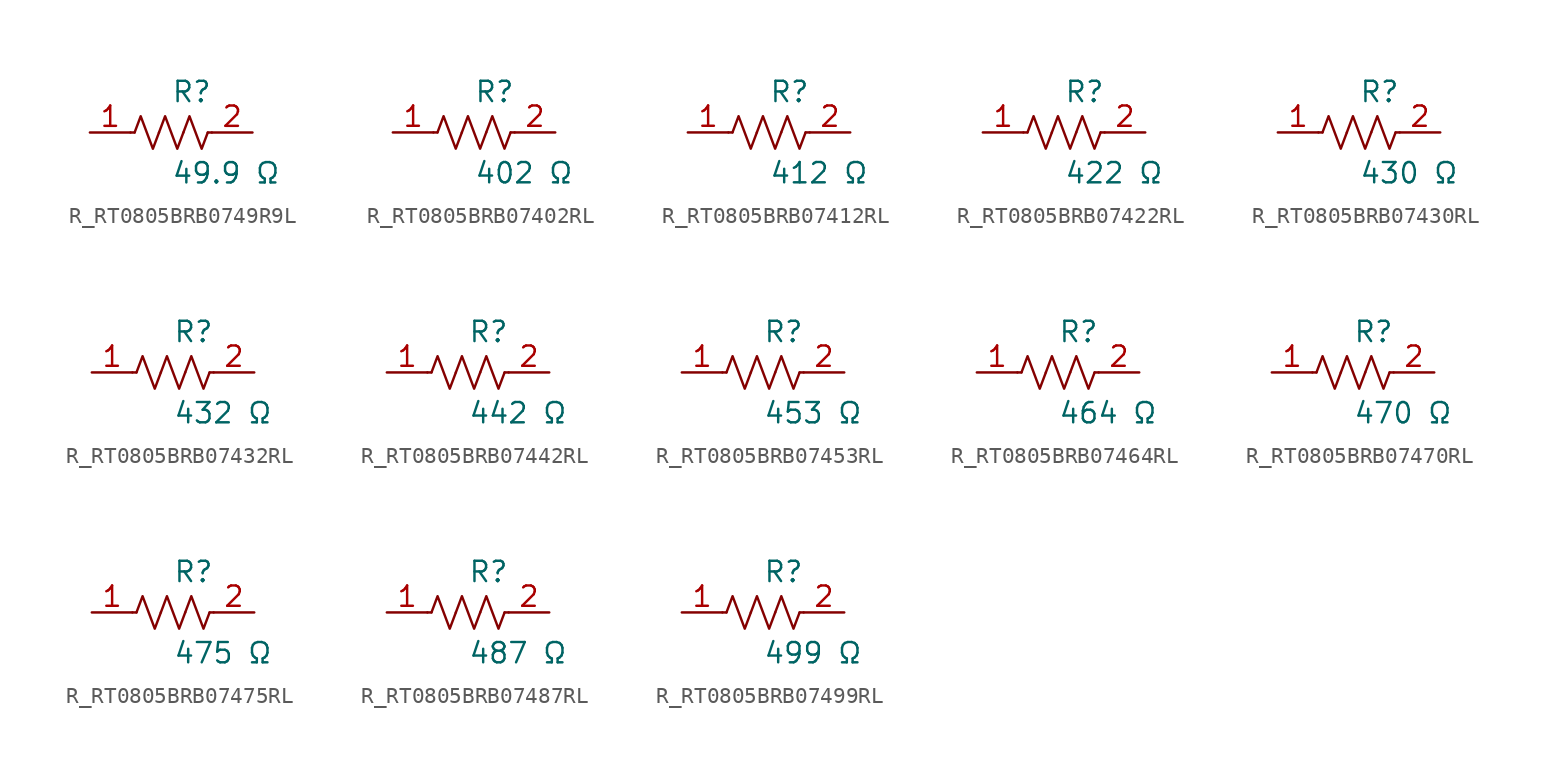
<source format=kicad_sym>
(kicad_symbol_lib
  (version 20231120)
  (generator kicad_symbol_editor)
  (generator_version 8.0)
  (symbol "R_RT0805BRB0749R9L"
    (pin_names
      (offset 0.254))
    (property "Reference" "R"
      (at 0.0 2.54 0)
      (effects (font (size 1.27 1.27)) (justify left)))
    (property "Value" "49.9 Ω"
      (at 0.0 -2.54 0)
      (effects (font (size 1.27 1.27)) (justify left)))
    (symbol "R_RT0805BRB0749R9L_0_1"
      (polyline (pts (xy 2.286 0) (xy 2.54 0)) (stroke (width 0) (type default)) (fill (type none)))
      (polyline (pts (xy -2.286 0) (xy -2.54 0)) (stroke (width 0) (type default)) (fill (type none)))
      (polyline (pts (xy 0.762 0) (xy 1.143 1.016) (xy 1.524 0) (xy 1.905 -1.016) (xy 2.286 0)) (stroke (width 0) (type default)) (fill (type none)))
      (polyline (pts (xy -0.762 0) (xy -0.381 1.016) (xy 0 0) (xy 0.381 -1.016) (xy 0.762 0)) (stroke (width 0) (type default)) (fill (type none)))
      (polyline (pts (xy -2.286 0) (xy -1.905 1.016) (xy -1.524 0) (xy -1.143 -1.016) (xy -0.762 0)) (stroke (width 0) (type default)) (fill (type none))))
    (pin unspecified line
      (at -5.08 0 0)
      (length 2.54)
      (name "" (effects (font (size 1.27 1.27))))
      (number "1" (effects (font (size 1.27 1.27)))))
    (pin unspecified line
      (at 5.08 0 180)
      (length 2.54)
      (name "" (effects (font (size 1.27 1.27))))
      (number "2" (effects (font (size 1.27 1.27))))))
  (symbol "R_RT0805BRB07402RL"
    (pin_names
      (offset 0.254))
    (property "Reference" "R"
      (at 0.0 2.54 0)
      (effects (font (size 1.27 1.27)) (justify left)))
    (property "Value" "402 Ω"
      (at 0.0 -2.54 0)
      (effects (font (size 1.27 1.27)) (justify left)))
    (symbol "R_RT0805BRB07402RL_0_1"
      (polyline (pts (xy 2.286 0) (xy 2.54 0)) (stroke (width 0) (type default)) (fill (type none)))
      (polyline (pts (xy -2.286 0) (xy -2.54 0)) (stroke (width 0) (type default)) (fill (type none)))
      (polyline (pts (xy 0.762 0) (xy 1.143 1.016) (xy 1.524 0) (xy 1.905 -1.016) (xy 2.286 0)) (stroke (width 0) (type default)) (fill (type none)))
      (polyline (pts (xy -0.762 0) (xy -0.381 1.016) (xy 0 0) (xy 0.381 -1.016) (xy 0.762 0)) (stroke (width 0) (type default)) (fill (type none)))
      (polyline (pts (xy -2.286 0) (xy -1.905 1.016) (xy -1.524 0) (xy -1.143 -1.016) (xy -0.762 0)) (stroke (width 0) (type default)) (fill (type none))))
    (pin unspecified line
      (at -5.08 0 0)
      (length 2.54)
      (name "" (effects (font (size 1.27 1.27))))
      (number "1" (effects (font (size 1.27 1.27)))))
    (pin unspecified line
      (at 5.08 0 180)
      (length 2.54)
      (name "" (effects (font (size 1.27 1.27))))
      (number "2" (effects (font (size 1.27 1.27))))))
  (symbol "R_RT0805BRB07412RL"
    (pin_names
      (offset 0.254))
    (property "Reference" "R"
      (at 0.0 2.54 0)
      (effects (font (size 1.27 1.27)) (justify left)))
    (property "Value" "412 Ω"
      (at 0.0 -2.54 0)
      (effects (font (size 1.27 1.27)) (justify left)))
    (symbol "R_RT0805BRB07412RL_0_1"
      (polyline (pts (xy 2.286 0) (xy 2.54 0)) (stroke (width 0) (type default)) (fill (type none)))
      (polyline (pts (xy -2.286 0) (xy -2.54 0)) (stroke (width 0) (type default)) (fill (type none)))
      (polyline (pts (xy 0.762 0) (xy 1.143 1.016) (xy 1.524 0) (xy 1.905 -1.016) (xy 2.286 0)) (stroke (width 0) (type default)) (fill (type none)))
      (polyline (pts (xy -0.762 0) (xy -0.381 1.016) (xy 0 0) (xy 0.381 -1.016) (xy 0.762 0)) (stroke (width 0) (type default)) (fill (type none)))
      (polyline (pts (xy -2.286 0) (xy -1.905 1.016) (xy -1.524 0) (xy -1.143 -1.016) (xy -0.762 0)) (stroke (width 0) (type default)) (fill (type none))))
    (pin unspecified line
      (at -5.08 0 0)
      (length 2.54)
      (name "" (effects (font (size 1.27 1.27))))
      (number "1" (effects (font (size 1.27 1.27)))))
    (pin unspecified line
      (at 5.08 0 180)
      (length 2.54)
      (name "" (effects (font (size 1.27 1.27))))
      (number "2" (effects (font (size 1.27 1.27))))))
  (symbol "R_RT0805BRB07422RL"
    (pin_names
      (offset 0.254))
    (property "Reference" "R"
      (at 0.0 2.54 0)
      (effects (font (size 1.27 1.27)) (justify left)))
    (property "Value" "422 Ω"
      (at 0.0 -2.54 0)
      (effects (font (size 1.27 1.27)) (justify left)))
    (symbol "R_RT0805BRB07422RL_0_1"
      (polyline (pts (xy 2.286 0) (xy 2.54 0)) (stroke (width 0) (type default)) (fill (type none)))
      (polyline (pts (xy -2.286 0) (xy -2.54 0)) (stroke (width 0) (type default)) (fill (type none)))
      (polyline (pts (xy 0.762 0) (xy 1.143 1.016) (xy 1.524 0) (xy 1.905 -1.016) (xy 2.286 0)) (stroke (width 0) (type default)) (fill (type none)))
      (polyline (pts (xy -0.762 0) (xy -0.381 1.016) (xy 0 0) (xy 0.381 -1.016) (xy 0.762 0)) (stroke (width 0) (type default)) (fill (type none)))
      (polyline (pts (xy -2.286 0) (xy -1.905 1.016) (xy -1.524 0) (xy -1.143 -1.016) (xy -0.762 0)) (stroke (width 0) (type default)) (fill (type none))))
    (pin unspecified line
      (at -5.08 0 0)
      (length 2.54)
      (name "" (effects (font (size 1.27 1.27))))
      (number "1" (effects (font (size 1.27 1.27)))))
    (pin unspecified line
      (at 5.08 0 180)
      (length 2.54)
      (name "" (effects (font (size 1.27 1.27))))
      (number "2" (effects (font (size 1.27 1.27))))))
  (symbol "R_RT0805BRB07430RL"
    (pin_names
      (offset 0.254))
    (property "Reference" "R"
      (at 0.0 2.54 0)
      (effects (font (size 1.27 1.27)) (justify left)))
    (property "Value" "430 Ω"
      (at 0.0 -2.54 0)
      (effects (font (size 1.27 1.27)) (justify left)))
    (symbol "R_RT0805BRB07430RL_0_1"
      (polyline (pts (xy 2.286 0) (xy 2.54 0)) (stroke (width 0) (type default)) (fill (type none)))
      (polyline (pts (xy -2.286 0) (xy -2.54 0)) (stroke (width 0) (type default)) (fill (type none)))
      (polyline (pts (xy 0.762 0) (xy 1.143 1.016) (xy 1.524 0) (xy 1.905 -1.016) (xy 2.286 0)) (stroke (width 0) (type default)) (fill (type none)))
      (polyline (pts (xy -0.762 0) (xy -0.381 1.016) (xy 0 0) (xy 0.381 -1.016) (xy 0.762 0)) (stroke (width 0) (type default)) (fill (type none)))
      (polyline (pts (xy -2.286 0) (xy -1.905 1.016) (xy -1.524 0) (xy -1.143 -1.016) (xy -0.762 0)) (stroke (width 0) (type default)) (fill (type none))))
    (pin unspecified line
      (at -5.08 0 0)
      (length 2.54)
      (name "" (effects (font (size 1.27 1.27))))
      (number "1" (effects (font (size 1.27 1.27)))))
    (pin unspecified line
      (at 5.08 0 180)
      (length 2.54)
      (name "" (effects (font (size 1.27 1.27))))
      (number "2" (effects (font (size 1.27 1.27))))))
  (symbol "R_RT0805BRB07432RL"
    (pin_names
      (offset 0.254))
    (property "Reference" "R"
      (at 0.0 2.54 0)
      (effects (font (size 1.27 1.27)) (justify left)))
    (property "Value" "432 Ω"
      (at 0.0 -2.54 0)
      (effects (font (size 1.27 1.27)) (justify left)))
    (symbol "R_RT0805BRB07432RL_0_1"
      (polyline (pts (xy 2.286 0) (xy 2.54 0)) (stroke (width 0) (type default)) (fill (type none)))
      (polyline (pts (xy -2.286 0) (xy -2.54 0)) (stroke (width 0) (type default)) (fill (type none)))
      (polyline (pts (xy 0.762 0) (xy 1.143 1.016) (xy 1.524 0) (xy 1.905 -1.016) (xy 2.286 0)) (stroke (width 0) (type default)) (fill (type none)))
      (polyline (pts (xy -0.762 0) (xy -0.381 1.016) (xy 0 0) (xy 0.381 -1.016) (xy 0.762 0)) (stroke (width 0) (type default)) (fill (type none)))
      (polyline (pts (xy -2.286 0) (xy -1.905 1.016) (xy -1.524 0) (xy -1.143 -1.016) (xy -0.762 0)) (stroke (width 0) (type default)) (fill (type none))))
    (pin unspecified line
      (at -5.08 0 0)
      (length 2.54)
      (name "" (effects (font (size 1.27 1.27))))
      (number "1" (effects (font (size 1.27 1.27)))))
    (pin unspecified line
      (at 5.08 0 180)
      (length 2.54)
      (name "" (effects (font (size 1.27 1.27))))
      (number "2" (effects (font (size 1.27 1.27))))))
  (symbol "R_RT0805BRB07442RL"
    (pin_names
      (offset 0.254))
    (property "Reference" "R"
      (at 0.0 2.54 0)
      (effects (font (size 1.27 1.27)) (justify left)))
    (property "Value" "442 Ω"
      (at 0.0 -2.54 0)
      (effects (font (size 1.27 1.27)) (justify left)))
    (symbol "R_RT0805BRB07442RL_0_1"
      (polyline (pts (xy 2.286 0) (xy 2.54 0)) (stroke (width 0) (type default)) (fill (type none)))
      (polyline (pts (xy -2.286 0) (xy -2.54 0)) (stroke (width 0) (type default)) (fill (type none)))
      (polyline (pts (xy 0.762 0) (xy 1.143 1.016) (xy 1.524 0) (xy 1.905 -1.016) (xy 2.286 0)) (stroke (width 0) (type default)) (fill (type none)))
      (polyline (pts (xy -0.762 0) (xy -0.381 1.016) (xy 0 0) (xy 0.381 -1.016) (xy 0.762 0)) (stroke (width 0) (type default)) (fill (type none)))
      (polyline (pts (xy -2.286 0) (xy -1.905 1.016) (xy -1.524 0) (xy -1.143 -1.016) (xy -0.762 0)) (stroke (width 0) (type default)) (fill (type none))))
    (pin unspecified line
      (at -5.08 0 0)
      (length 2.54)
      (name "" (effects (font (size 1.27 1.27))))
      (number "1" (effects (font (size 1.27 1.27)))))
    (pin unspecified line
      (at 5.08 0 180)
      (length 2.54)
      (name "" (effects (font (size 1.27 1.27))))
      (number "2" (effects (font (size 1.27 1.27))))))
  (symbol "R_RT0805BRB07453RL"
    (pin_names
      (offset 0.254))
    (property "Reference" "R"
      (at 0.0 2.54 0)
      (effects (font (size 1.27 1.27)) (justify left)))
    (property "Value" "453 Ω"
      (at 0.0 -2.54 0)
      (effects (font (size 1.27 1.27)) (justify left)))
    (symbol "R_RT0805BRB07453RL_0_1"
      (polyline (pts (xy 2.286 0) (xy 2.54 0)) (stroke (width 0) (type default)) (fill (type none)))
      (polyline (pts (xy -2.286 0) (xy -2.54 0)) (stroke (width 0) (type default)) (fill (type none)))
      (polyline (pts (xy 0.762 0) (xy 1.143 1.016) (xy 1.524 0) (xy 1.905 -1.016) (xy 2.286 0)) (stroke (width 0) (type default)) (fill (type none)))
      (polyline (pts (xy -0.762 0) (xy -0.381 1.016) (xy 0 0) (xy 0.381 -1.016) (xy 0.762 0)) (stroke (width 0) (type default)) (fill (type none)))
      (polyline (pts (xy -2.286 0) (xy -1.905 1.016) (xy -1.524 0) (xy -1.143 -1.016) (xy -0.762 0)) (stroke (width 0) (type default)) (fill (type none))))
    (pin unspecified line
      (at -5.08 0 0)
      (length 2.54)
      (name "" (effects (font (size 1.27 1.27))))
      (number "1" (effects (font (size 1.27 1.27)))))
    (pin unspecified line
      (at 5.08 0 180)
      (length 2.54)
      (name "" (effects (font (size 1.27 1.27))))
      (number "2" (effects (font (size 1.27 1.27))))))
  (symbol "R_RT0805BRB07464RL"
    (pin_names
      (offset 0.254))
    (property "Reference" "R"
      (at 0.0 2.54 0)
      (effects (font (size 1.27 1.27)) (justify left)))
    (property "Value" "464 Ω"
      (at 0.0 -2.54 0)
      (effects (font (size 1.27 1.27)) (justify left)))
    (symbol "R_RT0805BRB07464RL_0_1"
      (polyline (pts (xy 2.286 0) (xy 2.54 0)) (stroke (width 0) (type default)) (fill (type none)))
      (polyline (pts (xy -2.286 0) (xy -2.54 0)) (stroke (width 0) (type default)) (fill (type none)))
      (polyline (pts (xy 0.762 0) (xy 1.143 1.016) (xy 1.524 0) (xy 1.905 -1.016) (xy 2.286 0)) (stroke (width 0) (type default)) (fill (type none)))
      (polyline (pts (xy -0.762 0) (xy -0.381 1.016) (xy 0 0) (xy 0.381 -1.016) (xy 0.762 0)) (stroke (width 0) (type default)) (fill (type none)))
      (polyline (pts (xy -2.286 0) (xy -1.905 1.016) (xy -1.524 0) (xy -1.143 -1.016) (xy -0.762 0)) (stroke (width 0) (type default)) (fill (type none))))
    (pin unspecified line
      (at -5.08 0 0)
      (length 2.54)
      (name "" (effects (font (size 1.27 1.27))))
      (number "1" (effects (font (size 1.27 1.27)))))
    (pin unspecified line
      (at 5.08 0 180)
      (length 2.54)
      (name "" (effects (font (size 1.27 1.27))))
      (number "2" (effects (font (size 1.27 1.27))))))
  (symbol "R_RT0805BRB07470RL"
    (pin_names
      (offset 0.254))
    (property "Reference" "R"
      (at 0.0 2.54 0)
      (effects (font (size 1.27 1.27)) (justify left)))
    (property "Value" "470 Ω"
      (at 0.0 -2.54 0)
      (effects (font (size 1.27 1.27)) (justify left)))
    (symbol "R_RT0805BRB07470RL_0_1"
      (polyline (pts (xy 2.286 0) (xy 2.54 0)) (stroke (width 0) (type default)) (fill (type none)))
      (polyline (pts (xy -2.286 0) (xy -2.54 0)) (stroke (width 0) (type default)) (fill (type none)))
      (polyline (pts (xy 0.762 0) (xy 1.143 1.016) (xy 1.524 0) (xy 1.905 -1.016) (xy 2.286 0)) (stroke (width 0) (type default)) (fill (type none)))
      (polyline (pts (xy -0.762 0) (xy -0.381 1.016) (xy 0 0) (xy 0.381 -1.016) (xy 0.762 0)) (stroke (width 0) (type default)) (fill (type none)))
      (polyline (pts (xy -2.286 0) (xy -1.905 1.016) (xy -1.524 0) (xy -1.143 -1.016) (xy -0.762 0)) (stroke (width 0) (type default)) (fill (type none))))
    (pin unspecified line
      (at -5.08 0 0)
      (length 2.54)
      (name "" (effects (font (size 1.27 1.27))))
      (number "1" (effects (font (size 1.27 1.27)))))
    (pin unspecified line
      (at 5.08 0 180)
      (length 2.54)
      (name "" (effects (font (size 1.27 1.27))))
      (number "2" (effects (font (size 1.27 1.27))))))
  (symbol "R_RT0805BRB07475RL"
    (pin_names
      (offset 0.254))
    (property "Reference" "R"
      (at 0.0 2.54 0)
      (effects (font (size 1.27 1.27)) (justify left)))
    (property "Value" "475 Ω"
      (at 0.0 -2.54 0)
      (effects (font (size 1.27 1.27)) (justify left)))
    (symbol "R_RT0805BRB07475RL_0_1"
      (polyline (pts (xy 2.286 0) (xy 2.54 0)) (stroke (width 0) (type default)) (fill (type none)))
      (polyline (pts (xy -2.286 0) (xy -2.54 0)) (stroke (width 0) (type default)) (fill (type none)))
      (polyline (pts (xy 0.762 0) (xy 1.143 1.016) (xy 1.524 0) (xy 1.905 -1.016) (xy 2.286 0)) (stroke (width 0) (type default)) (fill (type none)))
      (polyline (pts (xy -0.762 0) (xy -0.381 1.016) (xy 0 0) (xy 0.381 -1.016) (xy 0.762 0)) (stroke (width 0) (type default)) (fill (type none)))
      (polyline (pts (xy -2.286 0) (xy -1.905 1.016) (xy -1.524 0) (xy -1.143 -1.016) (xy -0.762 0)) (stroke (width 0) (type default)) (fill (type none))))
    (pin unspecified line
      (at -5.08 0 0)
      (length 2.54)
      (name "" (effects (font (size 1.27 1.27))))
      (number "1" (effects (font (size 1.27 1.27)))))
    (pin unspecified line
      (at 5.08 0 180)
      (length 2.54)
      (name "" (effects (font (size 1.27 1.27))))
      (number "2" (effects (font (size 1.27 1.27))))))
  (symbol "R_RT0805BRB07487RL"
    (pin_names
      (offset 0.254))
    (property "Reference" "R"
      (at 0.0 2.54 0)
      (effects (font (size 1.27 1.27)) (justify left)))
    (property "Value" "487 Ω"
      (at 0.0 -2.54 0)
      (effects (font (size 1.27 1.27)) (justify left)))
    (symbol "R_RT0805BRB07487RL_0_1"
      (polyline (pts (xy 2.286 0) (xy 2.54 0)) (stroke (width 0) (type default)) (fill (type none)))
      (polyline (pts (xy -2.286 0) (xy -2.54 0)) (stroke (width 0) (type default)) (fill (type none)))
      (polyline (pts (xy 0.762 0) (xy 1.143 1.016) (xy 1.524 0) (xy 1.905 -1.016) (xy 2.286 0)) (stroke (width 0) (type default)) (fill (type none)))
      (polyline (pts (xy -0.762 0) (xy -0.381 1.016) (xy 0 0) (xy 0.381 -1.016) (xy 0.762 0)) (stroke (width 0) (type default)) (fill (type none)))
      (polyline (pts (xy -2.286 0) (xy -1.905 1.016) (xy -1.524 0) (xy -1.143 -1.016) (xy -0.762 0)) (stroke (width 0) (type default)) (fill (type none))))
    (pin unspecified line
      (at -5.08 0 0)
      (length 2.54)
      (name "" (effects (font (size 1.27 1.27))))
      (number "1" (effects (font (size 1.27 1.27)))))
    (pin unspecified line
      (at 5.08 0 180)
      (length 2.54)
      (name "" (effects (font (size 1.27 1.27))))
      (number "2" (effects (font (size 1.27 1.27))))))
  (symbol "R_RT0805BRB07499RL"
    (pin_names
      (offset 0.254))
    (property "Reference" "R"
      (at 0.0 2.54 0)
      (effects (font (size 1.27 1.27)) (justify left)))
    (property "Value" "499 Ω"
      (at 0.0 -2.54 0)
      (effects (font (size 1.27 1.27)) (justify left)))
    (symbol "R_RT0805BRB07499RL_0_1"
      (polyline (pts (xy 2.286 0) (xy 2.54 0)) (stroke (width 0) (type default)) (fill (type none)))
      (polyline (pts (xy -2.286 0) (xy -2.54 0)) (stroke (width 0) (type default)) (fill (type none)))
      (polyline (pts (xy 0.762 0) (xy 1.143 1.016) (xy 1.524 0) (xy 1.905 -1.016) (xy 2.286 0)) (stroke (width 0) (type default)) (fill (type none)))
      (polyline (pts (xy -0.762 0) (xy -0.381 1.016) (xy 0 0) (xy 0.381 -1.016) (xy 0.762 0)) (stroke (width 0) (type default)) (fill (type none)))
      (polyline (pts (xy -2.286 0) (xy -1.905 1.016) (xy -1.524 0) (xy -1.143 -1.016) (xy -0.762 0)) (stroke (width 0) (type default)) (fill (type none))))
    (pin unspecified line
      (at -5.08 0 0)
      (length 2.54)
      (name "" (effects (font (size 1.27 1.27))))
      (number "1" (effects (font (size 1.27 1.27)))))
    (pin unspecified line
      (at 5.08 0 180)
      (length 2.54)
      (name "" (effects (font (size 1.27 1.27))))
      (number "2" (effects (font (size 1.27 1.27)))))))
</source>
